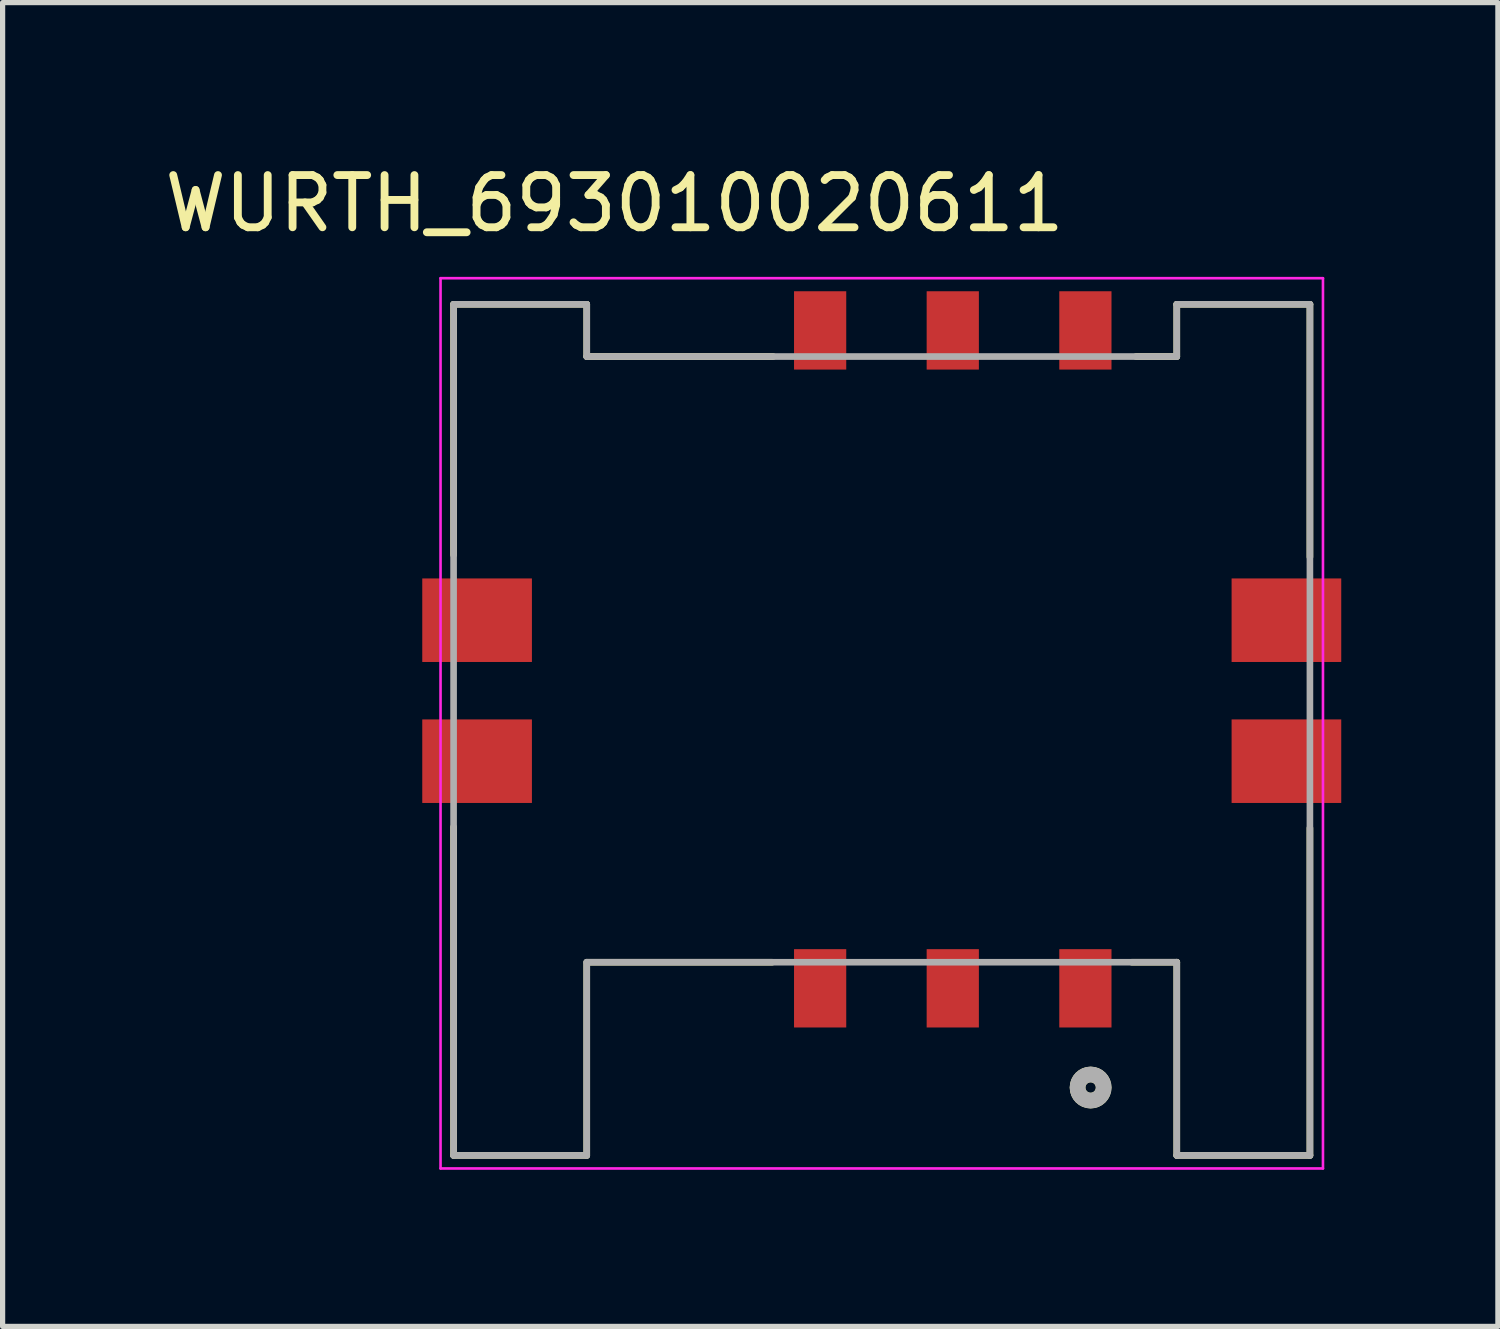
<source format=kicad_pcb>
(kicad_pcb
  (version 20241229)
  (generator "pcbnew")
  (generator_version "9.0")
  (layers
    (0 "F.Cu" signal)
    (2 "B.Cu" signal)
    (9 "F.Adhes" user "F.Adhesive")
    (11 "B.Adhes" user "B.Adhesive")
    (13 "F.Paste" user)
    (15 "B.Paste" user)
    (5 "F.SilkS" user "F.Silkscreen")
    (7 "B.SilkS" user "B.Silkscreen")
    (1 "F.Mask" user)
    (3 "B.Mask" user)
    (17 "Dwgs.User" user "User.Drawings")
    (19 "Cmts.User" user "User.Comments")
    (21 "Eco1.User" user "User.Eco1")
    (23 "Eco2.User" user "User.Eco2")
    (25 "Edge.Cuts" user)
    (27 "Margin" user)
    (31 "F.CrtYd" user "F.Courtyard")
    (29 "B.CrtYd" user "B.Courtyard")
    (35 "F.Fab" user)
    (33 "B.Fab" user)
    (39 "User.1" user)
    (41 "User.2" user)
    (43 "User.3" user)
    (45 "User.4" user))
  (footprint "WURTH_693010020611"
    (layer "F.Cu")
    (at 13.837 9.578)
    (property "Reference" "WURTH_693010020611" (at -5.117 -8.73 0) (layer "F.SilkS") (effects (font (size 1 1) (thickness 0.15))))
    (attr smd)
    (fp_line (start -8.2 -6.8) (end -5.65 -6.8) (stroke (width 0.127) (type solid)) (layer "F.SilkS"))
    (fp_line (start -8.2 -2) (end -8.2 -6.8) (stroke (width 0.127) (type solid)) (layer "F.SilkS"))
    (fp_line (start -8.2 3.21) (end -8.2 9.5) (stroke (width 0.127) (type solid)) (layer "F.SilkS"))
    (fp_line (start -8.2 9.5) (end -5.65 9.5) (stroke (width 0.127) (type solid)) (layer "F.SilkS"))
    (fp_line (start -5.65 -6.8) (end -5.65 -5.8) (stroke (width 0.127) (type solid)) (layer "F.SilkS"))
    (fp_line (start -5.65 5.8) (end -5.65 9.5) (stroke (width 0.127) (type solid)) (layer "F.SilkS"))
    (fp_line (start -2.1 5.8) (end -5.63 5.8) (stroke (width 0.127) (type solid)) (layer "F.SilkS"))
    (fp_line (start -2.08 -5.8) (end -5.65 -5.8) (stroke (width 0.127) (type solid)) (layer "F.SilkS"))
    (fp_line (start 4.79 5.8) (end 5.65 5.8) (stroke (width 0.127) (type solid)) (layer "F.SilkS"))
    (fp_line (start 4.87 -5.8) (end 5.65 -5.8) (stroke (width 0.127) (type solid)) (layer "F.SilkS"))
    (fp_line (start 5.65 -5.8) (end 5.65 -6.8) (stroke (width 0.127) (type solid)) (layer "F.SilkS"))
    (fp_line (start 5.65 9.5) (end 5.65 5.8) (stroke (width 0.127) (type solid)) (layer "F.SilkS"))
    (fp_line (start 8.2 -6.8) (end 5.65 -6.8) (stroke (width 0.127) (type solid)) (layer "F.SilkS"))
    (fp_line (start 8.2 -1.96) (end 8.2 -6.8) (stroke (width 0.127) (type solid)) (layer "F.SilkS"))
    (fp_line (start 8.2 3.23) (end 8.2 9.5) (stroke (width 0.127) (type solid)) (layer "F.SilkS"))
    (fp_line (start 8.2 9.5) (end 5.65 9.5) (stroke (width 0.127) (type solid)) (layer "F.SilkS"))
    (fp_circle (center 4 8.2) (end 4.1 8.2) (stroke (width 0.3) (type solid)) (fill no) (layer "F.SilkS"))
    (fp_line (start -8.45 -7.3) (end 8.45 -7.3) (stroke (width 0.05) (type solid)) (layer "F.CrtYd"))
    (fp_line (start -8.45 9.75) (end -8.45 -7.3) (stroke (width 0.05) (type solid)) (layer "F.CrtYd"))
    (fp_line (start 8.45 -7.3) (end 8.45 9.75) (stroke (width 0.05) (type solid)) (layer "F.CrtYd"))
    (fp_line (start 8.45 9.75) (end -8.45 9.75) (stroke (width 0.05) (type solid)) (layer "F.CrtYd"))
    (fp_line (start -8.2 -6.8) (end -8.2 9.5) (stroke (width 0.127) (type solid)) (layer "F.Fab"))
    (fp_line (start -8.2 -6.8) (end -5.65 -6.8) (stroke (width 0.127) (type solid)) (layer "F.Fab"))
    (fp_line (start -8.2 9.5) (end -5.65 9.5) (stroke (width 0.127) (type solid)) (layer "F.Fab"))
    (fp_line (start -5.65 -6.8) (end -5.65 -5.8) (stroke (width 0.127) (type solid)) (layer "F.Fab"))
    (fp_line (start -5.65 -5.8) (end 5.65 -5.8) (stroke (width 0.127) (type solid)) (layer "F.Fab"))
    (fp_line (start -5.65 9.5) (end -5.65 5.8) (stroke (width 0.127) (type solid)) (layer "F.Fab"))
    (fp_line (start 5.65 -6.8) (end 5.65 -5.8) (stroke (width 0.127) (type solid)) (layer "F.Fab"))
    (fp_line (start 5.65 5.8) (end -5.65 5.8) (stroke (width 0.127) (type solid)) (layer "F.Fab"))
    (fp_line (start 5.65 9.5) (end 5.65 5.8) (stroke (width 0.127) (type solid)) (layer "F.Fab"))
    (fp_line (start 8.2 -6.8) (end 5.65 -6.8) (stroke (width 0.127) (type solid)) (layer "F.Fab"))
    (fp_line (start 8.2 9.5) (end 5.65 9.5) (stroke (width 0.127) (type solid)) (layer "F.Fab"))
    (fp_line (start 8.2 9.5) (end 8.2 -6.8) (stroke (width 0.127) (type solid)) (layer "F.Fab"))
    (fp_circle (center 4 8.2) (end 4.1 8.2) (stroke (width 0.3) (type solid)) (fill no) (layer "F.Fab"))
    (pad "1" smd rect (at 3.9 6.3) (size 1 1.5) (layers "F.Cu" "F.Mask" "F.Paste"))
    (pad "2" smd rect (at 1.36 6.3) (size 1 1.5) (layers "F.Cu" "F.Mask" "F.Paste"))
    (pad "3" smd rect (at -1.18 6.3) (size 1 1.5) (layers "F.Cu" "F.Mask" "F.Paste"))
    (pad "4" smd rect (at 3.9 -6.3) (size 1 1.5) (layers "F.Cu" "F.Mask" "F.Paste"))
    (pad "5" smd rect (at 1.36 -6.3) (size 1 1.5) (layers "F.Cu" "F.Mask" "F.Paste"))
    (pad "6" smd rect (at -1.18 -6.3) (size 1 1.5) (layers "F.Cu" "F.Mask" "F.Paste"))
    (pad "S1" smd rect (at -7.75 -0.75) (size 2.1 1.6) (layers "F.Cu" "F.Mask" "F.Paste"))
    (pad "S2" smd rect (at -7.75 1.95) (size 2.1 1.6) (layers "F.Cu" "F.Mask" "F.Paste"))
    (pad "S3" smd rect (at 7.75 -0.75) (size 2.1 1.6) (layers "F.Cu" "F.Mask" "F.Paste"))
    (pad "S4" smd rect (at 7.75 1.95) (size 2.1 1.6) (layers "F.Cu" "F.Mask" "F.Paste"))
    (zone (net_name "") (layer "F.Cu") (hatch full 0.508) (connect_pads) (min_thickness 0.127) (filled_areas_thickness no) (keepout (tracks not_allowed) (vias not_allowed) (pads not_allowed) (copperpour not_allowed) (footprints allowed)) (placement (enabled no)) (fill) (polygon (pts (xy 12.157 4.578) (xy 13.157 4.578) (xy 13.157 5.778) (xy 12.157 5.778))))
    (zone (net_name "") (layer "F.Cu") (hatch full 0.508) (connect_pads) (min_thickness 0.127) (filled_areas_thickness no) (keepout (tracks not_allowed) (vias not_allowed) (pads not_allowed) (copperpour not_allowed) (footprints allowed)) (placement (enabled no)) (fill) (polygon (pts (xy 12.157 13.378) (xy 13.157 13.378) (xy 13.157 14.578) (xy 12.157 14.578))))
    (zone (net_name "") (layer "F.Cu") (hatch full 0.508) (connect_pads) (min_thickness 0.127) (filled_areas_thickness no) (keepout (tracks not_allowed) (vias not_allowed) (pads not_allowed) (copperpour not_allowed) (footprints allowed)) (placement (enabled no)) (fill) (polygon (pts (xy 14.697 4.578) (xy 15.697 4.578) (xy 15.697 5.778) (xy 14.697 5.778))))
    (zone (net_name "") (layer "F.Cu") (hatch full 0.508) (connect_pads) (min_thickness 0.127) (filled_areas_thickness no) (keepout (tracks not_allowed) (vias not_allowed) (pads not_allowed) (copperpour not_allowed) (footprints allowed)) (placement (enabled no)) (fill) (polygon (pts (xy 14.697 13.378) (xy 15.697 13.378) (xy 15.697 14.578) (xy 14.697 14.578))))
    (zone (net_name "") (layer "F.Cu") (hatch full 0.508) (connect_pads) (min_thickness 0.127) (filled_areas_thickness no) (keepout (tracks not_allowed) (vias not_allowed) (pads not_allowed) (copperpour not_allowed) (footprints allowed)) (placement (enabled no)) (fill) (polygon (pts (xy 17.237 4.578) (xy 18.237 4.578) (xy 18.237 5.778) (xy 17.237 5.778))))
    (zone (net_name "") (layer "F.Cu") (hatch full 0.508) (connect_pads) (min_thickness 0.127) (filled_areas_thickness no) (keepout (tracks not_allowed) (vias not_allowed) (pads not_allowed) (copperpour not_allowed) (footprints allowed)) (placement (enabled no)) (fill) (polygon (pts (xy 17.237 13.378) (xy 18.237 13.378) (xy 18.237 14.578) (xy 17.237 14.578)))))
  (gr_rect
    (start -3 -3)
    (end 25.637 22.353)
    (stroke (width 0.1) (type default))
    (fill no)
    (layer "Edge.Cuts")))
</source>
